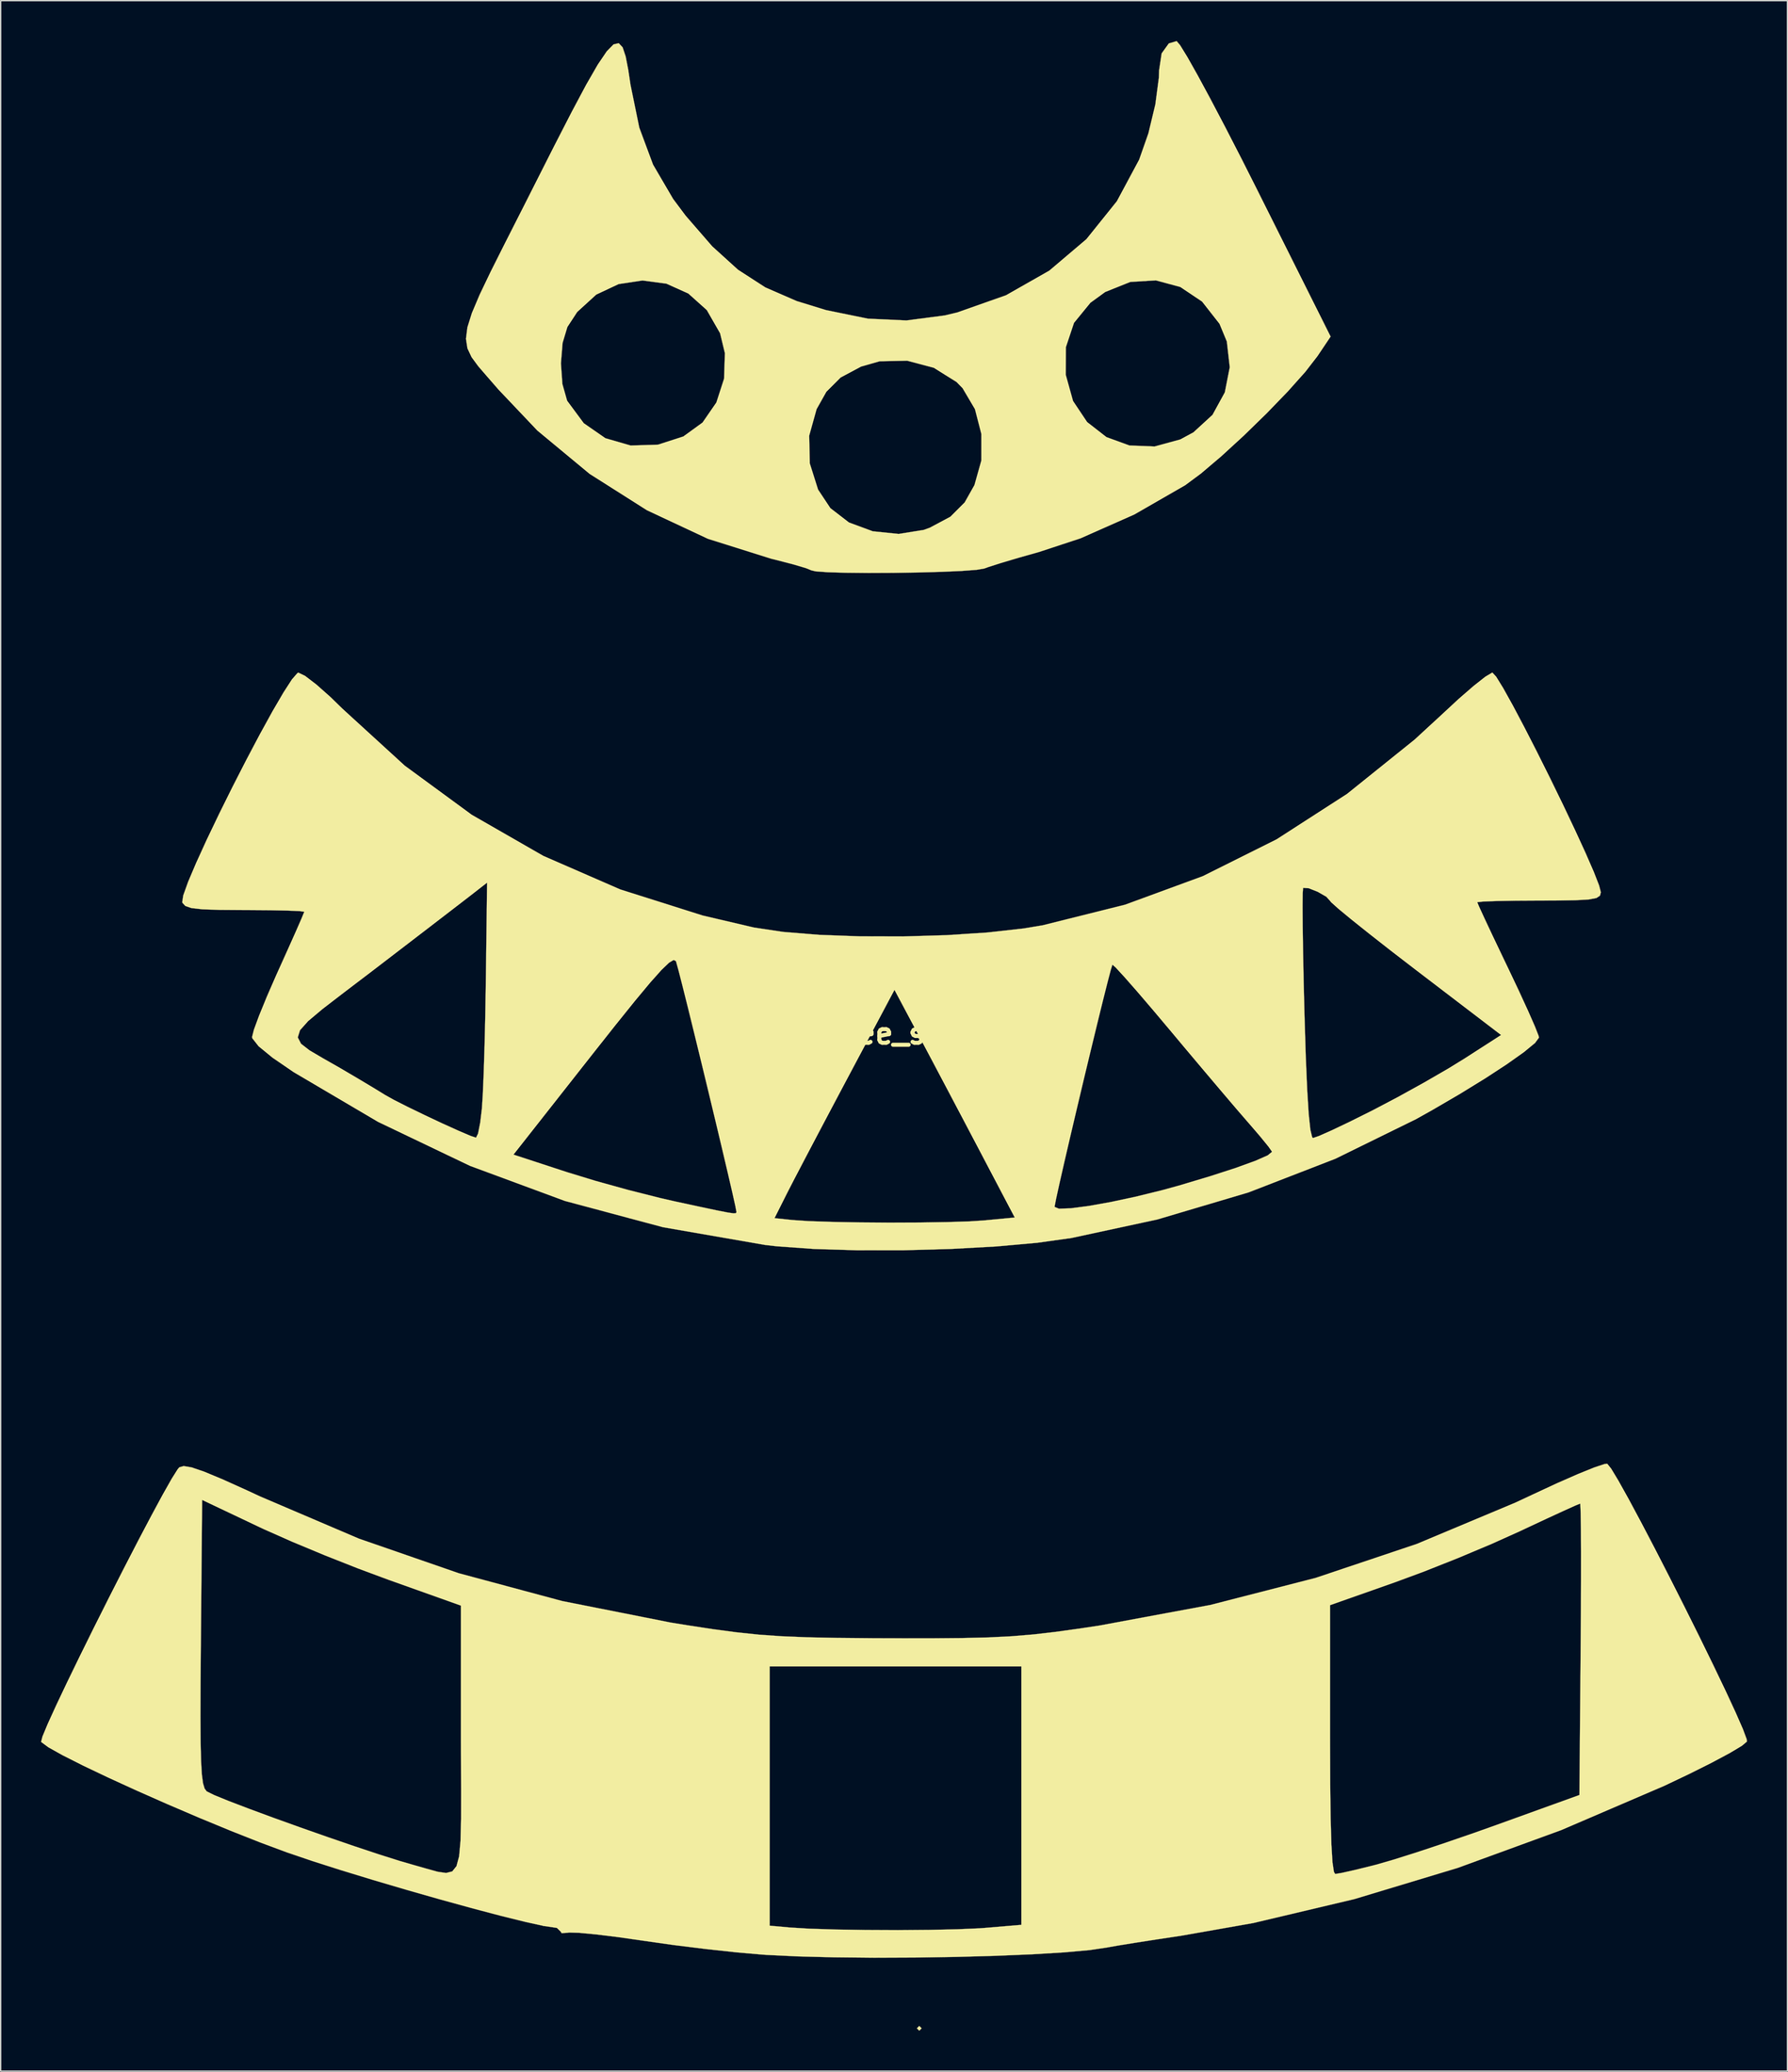
<source format=kicad_pcb>
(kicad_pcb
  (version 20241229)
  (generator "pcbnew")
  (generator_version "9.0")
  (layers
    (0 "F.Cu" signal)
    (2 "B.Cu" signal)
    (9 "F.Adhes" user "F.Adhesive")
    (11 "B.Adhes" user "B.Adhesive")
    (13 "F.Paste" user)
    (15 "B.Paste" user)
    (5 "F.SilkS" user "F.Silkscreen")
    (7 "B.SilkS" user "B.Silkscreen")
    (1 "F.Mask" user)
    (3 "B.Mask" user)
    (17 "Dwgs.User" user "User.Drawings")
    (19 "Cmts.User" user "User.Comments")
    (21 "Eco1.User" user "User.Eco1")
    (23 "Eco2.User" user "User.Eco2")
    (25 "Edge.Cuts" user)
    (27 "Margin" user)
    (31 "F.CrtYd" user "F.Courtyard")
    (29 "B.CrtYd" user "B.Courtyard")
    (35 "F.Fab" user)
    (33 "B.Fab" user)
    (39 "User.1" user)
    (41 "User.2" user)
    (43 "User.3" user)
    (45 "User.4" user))
  (footprint "tree_silk"
    (layer "F.Cu")
    (at 63.647 73.736)
    (property "Reference" "tree_silk" (at 0 0 0) (layer "F.SilkS") (effects (font (size 1.524 1.524) (thickness 0.3))))
    (attr through_hole)
    (fp_poly (pts (xy 1.764 73.907) (xy 1.587 74.083) (xy 1.411 73.907) (xy 1.587 73.731) (xy 1.764 73.907)) (stroke (width 0.01) (type solid)) (fill yes) (layer "F.SilkS"))
    (fp_poly (pts (xy 20.966 -73.426) (xy 21.498 -72.56) (xy 22.262 -71.205) (xy 23.22 -69.432) (xy 24.332 -67.314) (xy 25.561 -64.923) (xy 26.654 -62.755) (xy 32.144 -51.78) (xy 31.163 -50.32) (xy 30.267 -49.162) (xy 28.963 -47.701) (xy 27.393 -46.076) (xy 25.701 -44.426) (xy 24.027 -42.89) (xy 22.516 -41.607) (xy 21.343 -40.737) (xy 17.565 -38.563) (xy 13.574 -36.794) (xy 10.508 -35.783) (xy 8.989 -35.353) (xy 7.651 -34.955) (xy 6.695 -34.649) (xy 6.422 -34.549) (xy 5.849 -34.451) (xy 4.744 -34.367) (xy 3.246 -34.301) (xy 1.497 -34.253) (xy -0.364 -34.224) (xy -2.196 -34.217) (xy -3.859 -34.232) (xy -5.213 -34.272) (xy -6.117 -34.338) (xy -6.425 -34.412) (xy -6.836 -34.578) (xy -7.758 -34.851) (xy -9.013 -35.177) (xy -9.394 -35.27) (xy -14.105 -36.753) (xy -18.639 -38.876) (xy -22.897 -41.578) (xy -26.781 -44.798) (xy -29.668 -47.842) (xy -30.499 -48.797) (xy -31.169 -49.573) (xy -31.327 -49.788) (xy -25.03 -49.788) (xy -24.921 -48.256) (xy -24.578 -47.043) (xy -24.552 -46.99) (xy -23.331 -45.342) (xy -21.727 -44.229) (xy -19.853 -43.687) (xy -17.82 -43.75) (xy -15.932 -44.36) (xy -15.854 -44.417) (xy -6.588 -44.417) (xy -6.543 -42.357) (xy -5.93 -40.413) (xy -5.014 -39.033) (xy -3.633 -37.968) (xy -1.87 -37.315) (xy 0.056 -37.118) (xy 1.927 -37.418) (xy 2.38 -37.584) (xy 3.901 -38.397) (xy 4.96 -39.457) (xy 5.687 -40.746) (xy 6.202 -42.582) (xy 6.203 -44.533) (xy 5.724 -46.391) (xy 4.804 -47.948) (xy 4.358 -48.405) (xy 3.489 -48.948) (xy 12.468 -48.948) (xy 13.011 -46.993) (xy 14.057 -45.43) (xy 15.491 -44.312) (xy 17.2 -43.689) (xy 19.068 -43.615) (xy 20.982 -44.139) (xy 21.953 -44.664) (xy 23.372 -45.966) (xy 24.285 -47.634) (xy 24.652 -49.504) (xy 24.435 -51.413) (xy 23.89 -52.73) (xy 22.595 -54.382) (xy 20.98 -55.464) (xy 19.162 -55.956) (xy 17.263 -55.839) (xy 15.399 -55.092) (xy 14.303 -54.294) (xy 13.082 -52.8) (xy 12.479 -50.991) (xy 12.468 -48.948) (xy 3.489 -48.948) (xy 2.668 -49.462) (xy 0.692 -49.987) (xy -1.354 -49.945) (xy -2.732 -49.552) (xy -4.254 -48.739) (xy -5.313 -47.679) (xy -6.039 -46.39) (xy -6.588 -44.417) (xy -15.854 -44.417) (xy -14.511 -45.393) (xy -13.485 -46.88) (xy -12.911 -48.654) (xy -12.85 -50.547) (xy -13.208 -52.028) (xy -14.193 -53.747) (xy -15.565 -54.977) (xy -17.198 -55.712) (xy -18.967 -55.948) (xy -20.744 -55.68) (xy -22.404 -54.901) (xy -23.821 -53.608) (xy -24.55 -52.493) (xy -24.906 -51.31) (xy -25.03 -49.788) (xy -31.327 -49.788) (xy -31.666 -50.249) (xy -31.975 -50.904) (xy -32.083 -51.615) (xy -31.978 -52.463) (xy -31.646 -53.525) (xy -31.073 -54.88) (xy -30.247 -56.606) (xy -29.154 -58.783) (xy -27.78 -61.49) (xy -27.151 -62.735) (xy -25.544 -65.913) (xy -24.219 -68.492) (xy -23.146 -70.506) (xy -22.292 -71.988) (xy -21.626 -72.972) (xy -21.118 -73.49) (xy -20.735 -73.577) (xy -20.446 -73.266) (xy -20.22 -72.589) (xy -20.025 -71.58) (xy -19.861 -70.484) (xy -19.211 -67.308) (xy -18.188 -64.557) (xy -16.698 -62.008) (xy -15.764 -60.759) (xy -13.789 -58.482) (xy -11.875 -56.746) (xy -9.843 -55.432) (xy -7.514 -54.418) (xy -5.342 -53.749) (xy -2.228 -53.111) (xy 0.634 -52.979) (xy 3.475 -53.35) (xy 4.41 -53.572) (xy 8.034 -54.851) (xy 11.245 -56.677) (xy 14.002 -59.016) (xy 16.266 -61.835) (xy 17.921 -64.921) (xy 18.61 -66.883) (xy 19.124 -69.027) (xy 19.385 -71.013) (xy 19.403 -71.561) (xy 19.592 -72.818) (xy 20.126 -73.56) (xy 20.707 -73.731) (xy 20.966 -73.426)) (stroke (width 0.01) (type solid)) (fill yes) (layer "F.SilkS"))
    (fp_poly (pts (xy 52.981 32.322) (xy 53.525 33.223) (xy 54.278 34.574) (xy 55.193 36.281) (xy 56.224 38.251) (xy 57.324 40.394) (xy 58.446 42.615) (xy 59.545 44.823) (xy 60.572 46.924) (xy 61.483 48.827) (xy 62.23 50.439) (xy 62.767 51.667) (xy 63.047 52.419) (xy 63.073 52.601) (xy 62.699 52.915) (xy 61.787 53.461) (xy 60.44 54.181) (xy 58.764 55.02) (xy 56.921 55.896) (xy 49.283 59.178) (xy 41.57 61.995) (xy 33.9 64.31) (xy 26.392 66.088) (xy 21.073 67.025) (xy 19.26 67.299) (xy 17.633 67.552) (xy 16.355 67.759) (xy 15.587 67.894) (xy 15.522 67.907) (xy 14.223 68.099) (xy 12.336 68.267) (xy 9.981 68.409) (xy 7.274 68.522) (xy 4.334 68.604) (xy 1.278 68.651) (xy -1.774 68.662) (xy -4.706 68.635) (xy -7.399 68.567) (xy -9.735 68.455) (xy -10.055 68.433) (xy -11.944 68.269) (xy -14.242 68.02) (xy -16.663 67.72) (xy -18.921 67.4) (xy -18.985 67.39) (xy -20.822 67.127) (xy -22.434 66.93) (xy -23.68 66.813) (xy -24.421 66.792) (xy -24.541 66.811) (xy -24.982 66.836) (xy -25.047 66.723) (xy -25.328 66.449) (xy -25.488 66.424) (xy -26.295 66.305) (xy -27.662 66.005) (xy -29.478 65.555) (xy -31.63 64.987) (xy -34.005 64.332) (xy -36.492 63.623) (xy -38.979 62.889) (xy -41.353 62.164) (xy -43.502 61.478) (xy -45.313 60.862) (xy -45.394 60.834) (xy -47.362 60.102) (xy -49.556 59.234) (xy -51.88 58.274) (xy -54.236 57.266) (xy -56.528 56.253) (xy -58.658 55.279) (xy -60.53 54.387) (xy -62.046 53.621) (xy -63.111 53.025) (xy -63.626 52.643) (xy -63.642 52.619) (xy -63.543 52.229) (xy -63.16 51.307) (xy -62.924 50.788) (xy -51.806 50.788) (xy -51.794 52.668) (xy -51.76 54.064) (xy -51.702 55.051) (xy -51.615 55.703) (xy -51.498 56.094) (xy -51.347 56.298) (xy -51.333 56.308) (xy -50.801 56.572) (xy -49.72 57.013) (xy -48.213 57.59) (xy -46.401 58.259) (xy -44.405 58.977) (xy -42.348 59.7) (xy -40.351 60.385) (xy -38.536 60.988) (xy -37.024 61.467) (xy -36.07 61.744) (xy -35.018 62.044) (xy -34.191 62.274) (xy -33.561 62.366) (xy -33.103 62.251) (xy -32.789 61.86) (xy -32.593 61.125) (xy -32.489 59.979) (xy -32.448 58.351) (xy -32.446 56.175) (xy -32.455 53.381) (xy -32.456 52.473) (xy -32.456 47.02) (xy -9.525 47.02) (xy -9.525 66.282) (xy -8.026 66.417) (xy -6.597 66.504) (xy -4.655 66.566) (xy -2.39 66.601) (xy 0.004 66.611) (xy 2.338 66.594) (xy 4.419 66.549) (xy 6.056 66.477) (xy 6.473 66.447) (xy 9.172 66.219) (xy 9.172 47.02) (xy -9.525 47.02) (xy -32.456 47.02) (xy -32.456 42.504) (xy -37.835 40.586) (xy -40.118 39.737) (xy -42.593 38.758) (xy -44.993 37.758) (xy -47.051 36.846) (xy -47.449 36.66) (xy -51.682 34.651) (xy -51.776 45.283) (xy -51.799 48.351) (xy -51.806 50.788) (xy -62.924 50.788) (xy -62.54 49.946) (xy -61.73 48.236) (xy -60.775 46.271) (xy -59.723 44.141) (xy -58.618 41.939) (xy -57.508 39.758) (xy -56.439 37.688) (xy -55.456 35.822) (xy -54.608 34.252) (xy -53.939 33.069) (xy -53.496 32.367) (xy -53.376 32.226) (xy -53.054 32.134) (xy -52.467 32.232) (xy -51.533 32.55) (xy -50.169 33.117) (xy -48.294 33.964) (xy -47.341 34.406) (xy -40.034 37.527) (xy -32.617 40.097) (xy -24.943 42.161) (xy -16.863 43.764) (xy -15.684 43.955) (xy -13.704 44.257) (xy -11.97 44.488) (xy -10.333 44.659) (xy -8.645 44.778) (xy -6.758 44.855) (xy -4.521 44.9) (xy -1.787 44.923) (xy -0.529 44.927) (xy 2.405 44.93) (xy 4.783 44.912) (xy 6.755 44.864) (xy 8.471 44.777) (xy 10.081 44.643) (xy 11.735 44.451) (xy 13.583 44.193) (xy 14.98 43.982) (xy 23.123 42.47) (xy 32.103 42.47) (xy 32.103 52.456) (xy 32.114 55.727) (xy 32.147 58.319) (xy 32.203 60.259) (xy 32.283 61.572) (xy 32.389 62.285) (xy 32.485 62.442) (xy 32.989 62.357) (xy 33.981 62.134) (xy 35.266 61.816) (xy 35.572 61.737) (xy 36.809 61.379) (xy 38.537 60.833) (xy 40.581 60.154) (xy 42.772 59.399) (xy 44.45 58.803) (xy 50.624 56.574) (xy 50.717 45.75) (xy 50.736 43.067) (xy 50.745 40.627) (xy 50.746 38.514) (xy 50.737 36.813) (xy 50.719 35.611) (xy 50.693 34.991) (xy 50.679 34.925) (xy 50.33 35.067) (xy 49.464 35.457) (xy 48.2 36.04) (xy 46.657 36.761) (xy 46.176 36.988) (xy 44.066 37.936) (xy 41.599 38.973) (xy 39.09 39.969) (xy 36.953 40.76) (xy 32.103 42.47) (xy 23.123 42.47) (xy 23.214 42.453) (xy 31.024 40.446) (xy 38.538 37.923) (xy 45.885 34.844) (xy 47.224 34.217) (xy 48.973 33.405) (xy 50.512 32.729) (xy 51.724 32.239) (xy 52.492 31.983) (xy 52.692 31.962) (xy 52.981 32.322)) (stroke (width 0.01) (type solid)) (fill yes) (layer "F.SilkS"))
    (fp_poly (pts (xy 44.444 -26.508) (xy 44.963 -25.666) (xy 45.673 -24.39) (xy 46.523 -22.784) (xy 47.461 -20.951) (xy 48.437 -18.995) (xy 49.4 -17.019) (xy 50.297 -15.127) (xy 51.079 -13.424) (xy 51.694 -12.012) (xy 52.09 -10.995) (xy 52.218 -10.495) (xy 52.153 -10.242) (xy 51.891 -10.068) (xy 51.32 -9.96) (xy 50.331 -9.903) (xy 48.812 -9.88) (xy 47.625 -9.878) (xy 45.919 -9.869) (xy 44.501 -9.844) (xy 43.501 -9.806) (xy 43.051 -9.76) (xy 43.039 -9.751) (xy 43.184 -9.405) (xy 43.582 -8.539) (xy 44.182 -7.264) (xy 44.929 -5.695) (xy 45.332 -4.855) (xy 46.135 -3.16) (xy 46.816 -1.677) (xy 47.32 -0.528) (xy 47.592 0.165) (xy 47.625 0.299) (xy 47.33 0.701) (xy 46.504 1.381) (xy 45.235 2.281) (xy 43.613 3.341) (xy 41.726 4.501) (xy 39.664 5.704) (xy 38.488 6.362) (xy 32.493 9.306) (xy 26.042 11.806) (xy 19.263 13.818) (xy 12.876 15.195) (xy 10.345 15.548) (xy 7.301 15.82) (xy 3.933 16.006) (xy 0.43 16.102) (xy -3.018 16.104) (xy -6.225 16.007) (xy -8.999 15.807) (xy -9.878 15.706) (xy -17.453 14.389) (xy -19.965 13.716) (xy -9.163 13.716) (xy -7.845 13.854) (xy -6.65 13.935) (xy -4.927 13.994) (xy -2.856 14.032) (xy -0.614 14.047) (xy 1.621 14.039) (xy 3.671 14.008) (xy 5.357 13.953) (xy 6.368 13.888) (xy 8.68 13.669) (xy 8.266 12.882) (xy 11.642 12.882) (xy 11.962 13.014) (xy 12.845 12.983) (xy 14.17 12.811) (xy 15.819 12.516) (xy 17.67 12.12) (xy 19.607 11.644) (xy 20.874 11.295) (xy 23.178 10.606) (xy 25.095 9.984) (xy 26.551 9.457) (xy 27.474 9.049) (xy 27.791 8.788) (xy 27.788 8.775) (xy 27.523 8.398) (xy 26.915 7.651) (xy 26.093 6.694) (xy 26.044 6.638) (xy 25.267 5.741) (xy 24.152 4.433) (xy 22.811 2.848) (xy 21.355 1.119) (xy 20.223 -0.234) (xy 18.9 -1.805) (xy 17.738 -3.162) (xy 16.808 -4.22) (xy 16.183 -4.899) (xy 15.936 -5.116) (xy 15.821 -4.752) (xy 15.574 -3.811) (xy 15.221 -2.406) (xy 14.788 -0.646) (xy 14.302 1.356) (xy 13.79 3.49) (xy 13.278 5.644) (xy 12.793 7.708) (xy 12.36 9.57) (xy 12.007 11.118) (xy 11.76 12.243) (xy 11.646 12.832) (xy 11.642 12.882) (xy 8.266 12.882) (xy 5.876 8.334) (xy 4.79 6.271) (xy 3.669 4.146) (xy 2.617 2.155) (xy 1.738 0.497) (xy 1.409 -0.121) (xy -0.253 -3.242) (xy -3.789 3.406) (xy -4.905 5.511) (xy -5.969 7.525) (xy -6.913 9.321) (xy -7.672 10.773) (xy -8.178 11.755) (xy -8.244 11.885) (xy -9.163 13.716) (xy -19.965 13.716) (xy -24.742 12.436) (xy -31.782 9.832) (xy -33.53 8.996) (xy -28.554 8.996) (xy -24.596 10.292) (xy -22.463 10.945) (xy -20.023 11.622) (xy -17.662 12.219) (xy -16.581 12.466) (xy -14.729 12.866) (xy -13.458 13.136) (xy -12.658 13.293) (xy -12.22 13.358) (xy -12.036 13.347) (xy -11.995 13.28) (xy -11.994 13.244) (xy -12.075 12.817) (xy -12.297 11.817) (xy -12.636 10.353) (xy -13.064 8.538) (xy -13.553 6.483) (xy -14.078 4.297) (xy -14.612 2.093) (xy -15.127 -0.018) (xy -15.597 -1.925) (xy -15.995 -3.518) (xy -16.294 -4.686) (xy -16.468 -5.316) (xy -16.491 -5.383) (xy -16.657 -5.466) (xy -17.001 -5.26) (xy -17.564 -4.719) (xy -18.389 -3.795) (xy -19.516 -2.442) (xy -20.987 -0.614) (xy -22.656 1.497) (xy -28.554 8.996) (xy -33.53 8.996) (xy -38.614 6.563) (xy -44.885 2.868) (xy -46.449 1.797) (xy -47.487 0.947) (xy -47.951 0.356) (xy -47.965 0.289) (xy -44.578 0.289) (xy -44.334 0.761) (xy -43.705 1.249) (xy -42.716 1.831) (xy -41.451 2.552) (xy -40.159 3.312) (xy -39 4.005) (xy -38.194 4.499) (xy -38.107 4.554) (xy -37.457 4.918) (xy -36.411 5.448) (xy -35.144 6.063) (xy -33.829 6.681) (xy -32.638 7.221) (xy -31.746 7.601) (xy -31.337 7.739) (xy -31.186 7.431) (xy -31.024 6.604) (xy -30.899 5.556) (xy -30.833 4.515) (xy -30.766 2.918) (xy -30.703 0.917) (xy -30.649 -1.339) (xy -30.61 -3.699) (xy -30.607 -3.929) (xy -30.515 -11.209) (xy -31.75 -10.248) (xy -32.396 -9.749) (xy -33.5 -8.9) (xy -34.957 -7.78) (xy -36.666 -6.469) (xy -38.522 -5.046) (xy -39.12 -4.588) (xy -41.187 -3.016) (xy -42.741 -1.82) (xy -43.807 -0.924) (xy -44.411 -0.247) (xy -44.578 0.289) (xy -47.965 0.289) (xy -47.972 0.253) (xy -47.834 -0.291) (xy -47.451 -1.332) (xy -46.879 -2.731) (xy -46.175 -4.345) (xy -46.038 -4.649) (xy -45.322 -6.235) (xy -44.725 -7.573) (xy -44.301 -8.542) (xy -44.105 -9.02) (xy -44.097 -9.047) (xy -44.428 -9.095) (xy -45.33 -9.134) (xy -46.672 -9.161) (xy -48.318 -9.172) (xy -48.518 -9.172) (xy -50.39 -9.184) (xy -51.673 -9.23) (xy -52.482 -9.323) (xy -52.934 -9.479) (xy -53.145 -9.713) (xy -53.162 -9.755) (xy -53.086 -10.261) (xy -52.723 -11.272) (xy -52.123 -12.685) (xy -51.34 -14.4) (xy -50.423 -16.315) (xy -49.425 -18.328) (xy -48.396 -20.338) (xy -47.389 -22.243) (xy -46.454 -23.942) (xy -45.643 -25.333) (xy -45.008 -26.314) (xy -44.599 -26.785) (xy -44.53 -26.811) (xy -44.035 -26.571) (xy -43.188 -25.923) (xy -42.121 -24.974) (xy -41.266 -24.139) (xy -36.625 -19.896) (xy -31.66 -16.255) (xy -26.338 -13.198) (xy -20.625 -10.707) (xy -14.489 -8.765) (xy -10.696 -7.877) (xy -8.529 -7.551) (xy -5.84 -7.332) (xy -2.802 -7.22) (xy 0.41 -7.213) (xy 3.62 -7.309) (xy 6.656 -7.507) (xy 9.342 -7.807) (xy 10.768 -8.045) (xy 16.386 -9.449) (xy 30.061 -9.449) (xy 30.071 -7.944) (xy 30.099 -6.017) (xy 30.144 -3.761) (xy 30.202 -1.454) (xy 30.298 1.694) (xy 30.403 4.16) (xy 30.515 5.967) (xy 30.639 7.14) (xy 30.774 7.702) (xy 30.84 7.761) (xy 31.286 7.608) (xy 32.227 7.191) (xy 33.53 6.57) (xy 35.063 5.807) (xy 35.283 5.696) (xy 37.156 4.71) (xy 39.113 3.627) (xy 40.901 2.591) (xy 42.071 1.871) (xy 44.807 0.11) (xy 38.455 -4.741) (xy 36.631 -6.145) (xy 35.013 -7.413) (xy 33.677 -8.48) (xy 32.706 -9.284) (xy 32.177 -9.759) (xy 32.103 -9.855) (xy 31.823 -10.164) (xy 31.191 -10.527) (xy 30.515 -10.795) (xy 30.106 -10.82) (xy 30.101 -10.816) (xy 30.071 -10.438) (xy 30.061 -9.449) (xy 16.386 -9.449) (xy 16.878 -9.572) (xy 22.653 -11.693) (xy 28.134 -14.429) (xy 33.362 -17.801) (xy 38.377 -21.832) (xy 40.353 -23.652) (xy 41.632 -24.839) (xy 42.763 -25.822) (xy 43.635 -26.509) (xy 44.133 -26.806) (xy 44.168 -26.811) (xy 44.444 -26.508)) (stroke (width 0.01) (type solid)) (fill yes) (layer "F.SilkS")))
  (gr_rect
    (start -3 -3)
    (end 129.725 150.824)
    (stroke (width 0.1) (type default))
    (fill no)
    (layer "Edge.Cuts")))
</source>
